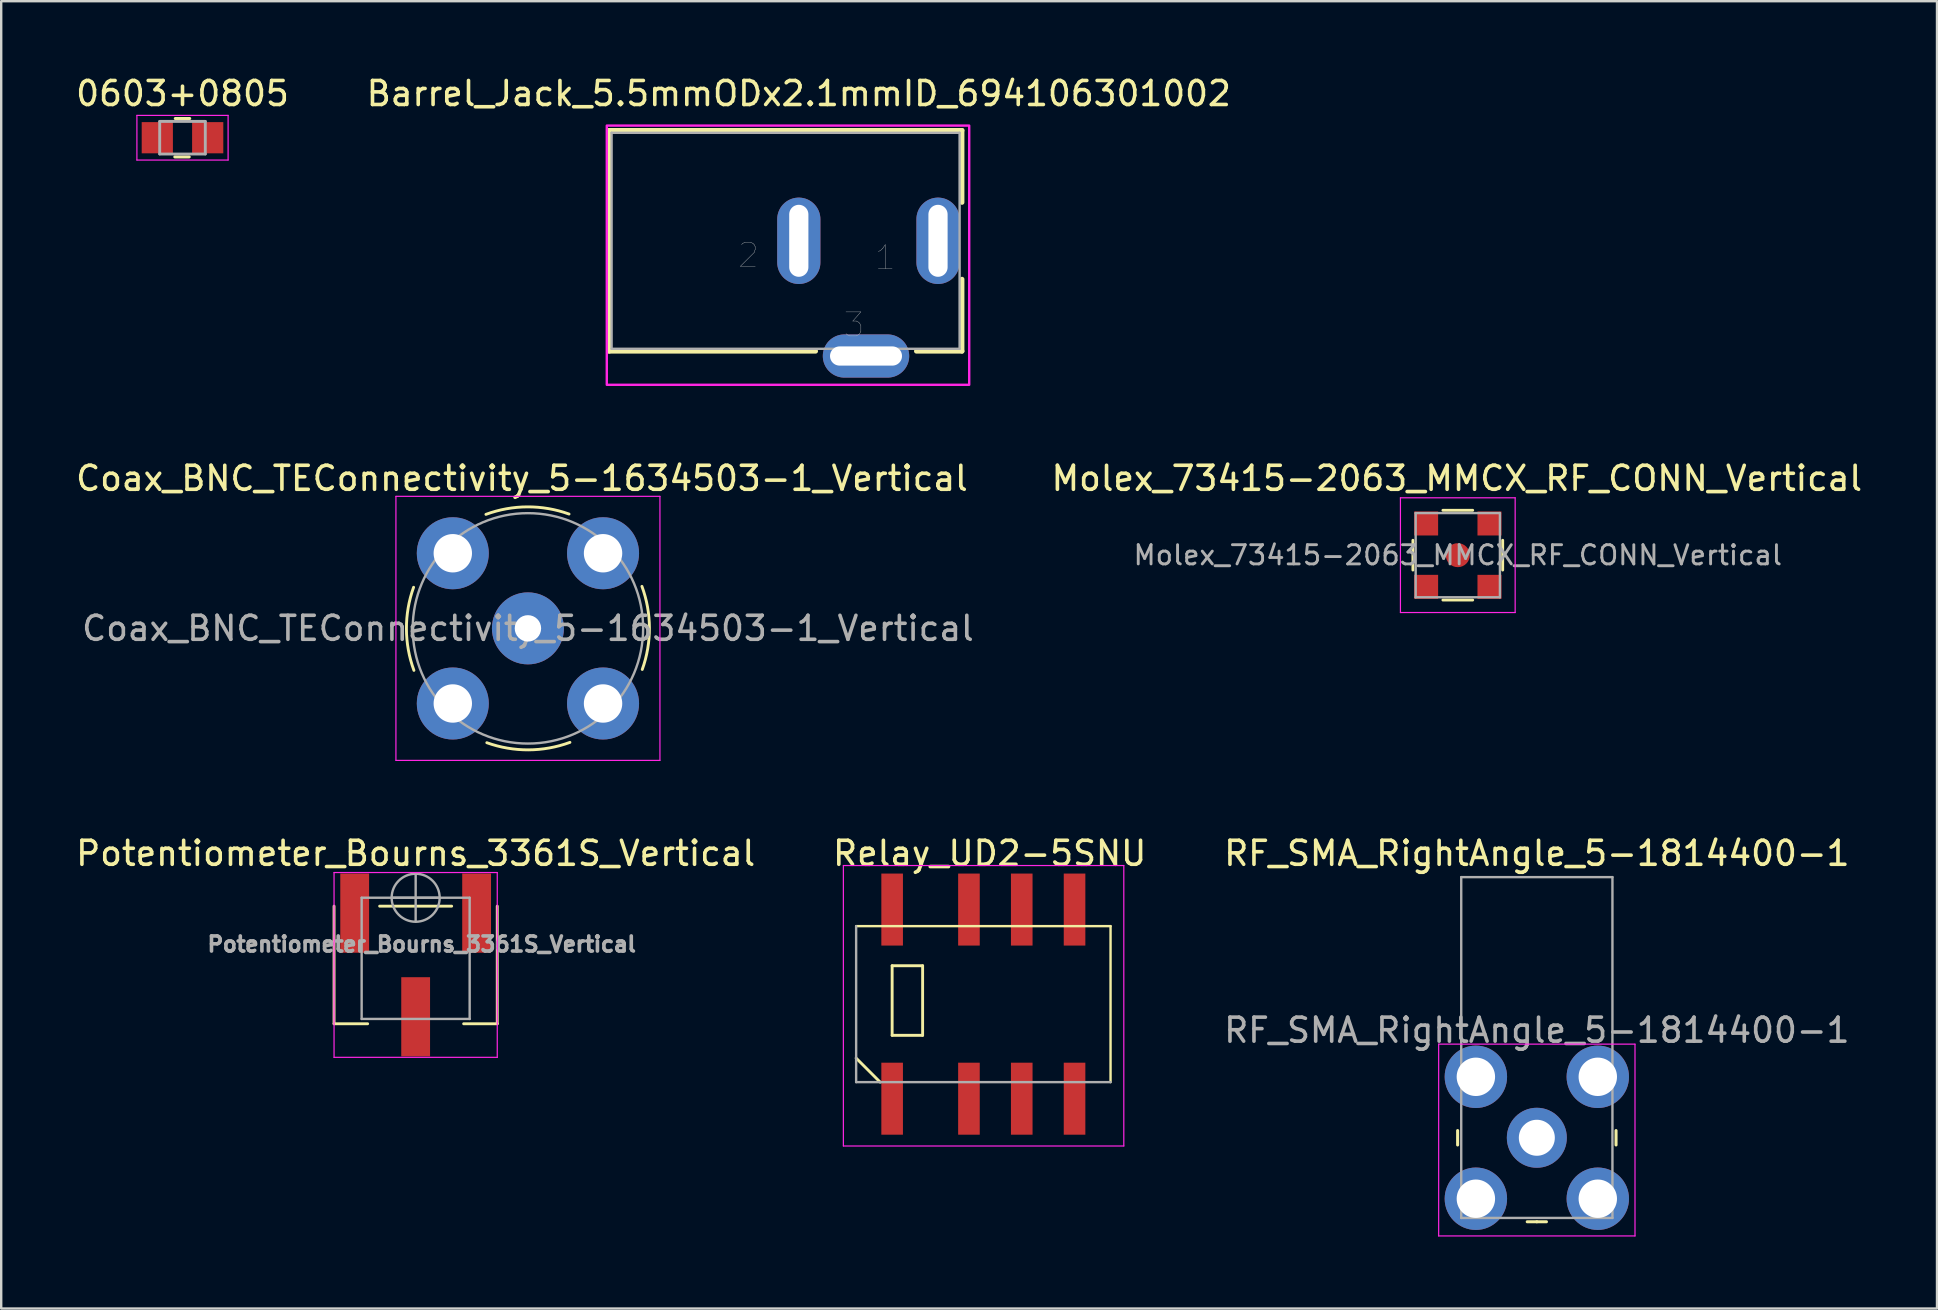
<source format=kicad_pcb>
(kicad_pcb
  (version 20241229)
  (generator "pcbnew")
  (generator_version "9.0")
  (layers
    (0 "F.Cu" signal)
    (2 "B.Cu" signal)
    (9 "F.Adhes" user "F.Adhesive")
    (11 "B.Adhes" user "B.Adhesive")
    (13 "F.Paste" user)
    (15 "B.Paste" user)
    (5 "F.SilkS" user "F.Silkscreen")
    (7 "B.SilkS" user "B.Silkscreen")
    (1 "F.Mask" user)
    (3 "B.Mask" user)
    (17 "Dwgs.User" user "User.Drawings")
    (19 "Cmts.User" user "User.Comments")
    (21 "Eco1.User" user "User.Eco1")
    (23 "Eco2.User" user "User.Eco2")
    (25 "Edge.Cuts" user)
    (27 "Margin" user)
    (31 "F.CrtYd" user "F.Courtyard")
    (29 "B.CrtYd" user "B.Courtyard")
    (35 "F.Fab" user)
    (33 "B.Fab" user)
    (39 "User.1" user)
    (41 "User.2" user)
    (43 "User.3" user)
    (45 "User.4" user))
  (footprint "Potentiometer_Bourns_3361S_Vertical"
    (layer "F.Cu")
    (at 14.268 37.155)
    (property "Reference" "Potentiometer_Bourns_3361S_Vertical" (at 0 -4.65 0) (layer "F.SilkS") (effects (font (size 1 1) (thickness 0.15))))
    (attr smd)
    (fp_line (start -3.4 -2.45) (end -3.4 2.45) (stroke (width 0.12) (type solid)) (layer "F.SilkS"))
    (fp_line (start -3.4 2.45) (end -2 2.45) (stroke (width 0.12) (type solid)) (layer "F.SilkS"))
    (fp_line (start -1.5 -2.45) (end 1.5 -2.45) (stroke (width 0.12) (type solid)) (layer "F.SilkS"))
    (fp_line (start 3.4 2.45) (end 2 2.45) (stroke (width 0.12) (type solid)) (layer "F.SilkS"))
    (fp_line (start 3.4 2.45) (end 3.4 -2.45) (stroke (width 0.12) (type solid)) (layer "F.SilkS"))
    (fp_line (start -3.4 -3.85) (end -3.4 3.85) (stroke (width 0.05) (type solid)) (layer "F.CrtYd"))
    (fp_line (start -3.4 3.85) (end 3.4 3.85) (stroke (width 0.05) (type solid)) (layer "F.CrtYd"))
    (fp_line (start 3.4 -3.85) (end -3.4 -3.85) (stroke (width 0.05) (type solid)) (layer "F.CrtYd"))
    (fp_line (start 3.4 3.85) (end 3.4 -3.85) (stroke (width 0.05) (type solid)) (layer "F.CrtYd"))
    (fp_line (start -2.25 -2.8) (end -2.25 2.25) (stroke (width 0.1) (type solid)) (layer "F.Fab"))
    (fp_line (start -2.25 2.25) (end 2.25 2.25) (stroke (width 0.1) (type solid)) (layer "F.Fab"))
    (fp_line (start -1 -2.8) (end 1 -2.8) (stroke (width 0.1) (type solid)) (layer "F.Fab"))
    (fp_line (start 0 -1.81) (end 0.001 -3.789) (stroke (width 0.1) (type solid)) (layer "F.Fab"))
    (fp_line (start 2.25 -2.8) (end -2.25 -2.8) (stroke (width 0.1) (type solid)) (layer "F.Fab"))
    (fp_line (start 2.25 2.25) (end 2.25 -2.8) (stroke (width 0.1) (type solid)) (layer "F.Fab"))
    (fp_circle (center 0 -2.8) (end 1 -2.8) (stroke (width 0.1) (type solid)) (fill no) (layer "F.Fab"))
    (fp_text user "${REFERENCE}" (at 0.254 -0.864 0) (layer "F.Fab") (effects (font (size 0.63 0.63) (thickness 0.15))))
    (pad "1" smd rect (at 2.54 -2.16) (size 1.2 3.3) (layers "F.Cu" "F.Mask" "F.Paste"))
    (pad "2" smd rect (at 0 2.16) (size 1.2 3.3) (layers "F.Cu" "F.Mask" "F.Paste"))
    (pad "3" smd rect (at -2.54 -2.16) (size 1.2 3.3) (layers "F.Cu" "F.Mask" "F.Paste")))
  (footprint "Barrel_Jack_5.5mmODx2.1mmID_694106301002"
    (layer "F.Cu")
    (at 30.232 6.983)
    (property "Reference" "Barrel_Jack_5.5mmODx2.1mmID_694106301002" (at 0 -6.135 0) (layer "F.SilkS") (effects (font (size 1 1) (thickness 0.15))))
    (attr through_hole)
    (fp_line (start -7.9 -4.6) (end -7.9 4.6) (stroke (width 0.2) (type solid)) (layer "F.SilkS"))
    (fp_line (start 0.7 4.6) (end -7.9 4.6) (stroke (width 0.2) (type solid)) (layer "F.SilkS"))
    (fp_line (start 6.8 -4.6) (end -7.9 -4.6) (stroke (width 0.2) (type solid)) (layer "F.SilkS"))
    (fp_line (start 6.8 -4.6) (end 6.8 -1.6) (stroke (width 0.2) (type solid)) (layer "F.SilkS"))
    (fp_line (start 6.8 1.6) (end 6.8 4.6) (stroke (width 0.2) (type solid)) (layer "F.SilkS"))
    (fp_line (start 6.8 4.6) (end 4.9 4.6) (stroke (width 0.2) (type solid)) (layer "F.SilkS"))
    (fp_poly (pts (xy 7.1 6) (xy -8 6) (xy -8 -4.8) (xy 7.1 -4.8)) (stroke (width 0.1) (type solid)) (fill no) (layer "F.CrtYd"))
    (fp_line (start -7.8 -4.5) (end 6.7 -4.5) (stroke (width 0.1) (type solid)) (layer "F.Fab"))
    (fp_line (start -7.8 4.5) (end -7.8 -4.5) (stroke (width 0.1) (type solid)) (layer "F.Fab"))
    (fp_line (start 6.7 -4.5) (end 6.7 4.5) (stroke (width 0.1) (type solid)) (layer "F.Fab"))
    (fp_line (start 6.7 4.5) (end -7.8 4.5) (stroke (width 0.1) (type solid)) (layer "F.Fab"))
    (fp_text user "1" (at 3.6 0.7 0) (layer "Dwgs.User") (effects (font (size 1 1) (thickness 0.015))))
    (fp_text user "2" (at -2.1 0.6 0) (layer "Dwgs.User") (effects (font (size 1 1) (thickness 0.015))))
    (fp_text user "3" (at 2.3 3.5 0) (layer "Dwgs.User") (effects (font (size 1 1) (thickness 0.015))))
    (pad "1" thru_hole oval (at 5.8 0) (size 1.8 3.6) (drill oval 0.8 3) (layers "*.Cu" "*.Mask"))
    (pad "2" thru_hole oval (at 0 0) (size 1.8 3.6) (drill oval 0.8 3) (layers "*.Cu" "*.Mask"))
    (pad "3" thru_hole oval (at 2.8 4.8) (size 3.6 1.8) (drill oval 3 0.8) (layers "*.Cu" "*.Mask")))
  (footprint "RF_SMA_RightAngle_5-1814400-1"
    (layer "F.Cu")
    (at 60.982 44.355)
    (property "Reference" "RF_SMA_RightAngle_5-1814400-1" (at 0 -11.85 0) (layer "F.SilkS") (effects (font (size 1 1) (thickness 0.15))))
    (attr through_hole)
    (fp_line (start -3.3 0.3) (end -3.3 -0.3) (stroke (width 0.127) (type solid)) (layer "F.SilkS"))
    (fp_line (start 0 3.5) (end -0.4 3.5) (stroke (width 0.127) (type solid)) (layer "F.SilkS"))
    (fp_line (start 0 3.5) (end 0.4 3.5) (stroke (width 0.127) (type solid)) (layer "F.SilkS"))
    (fp_line (start 3.3 0.3) (end 3.3 -0.3) (stroke (width 0.127) (type solid)) (layer "F.SilkS"))
    (fp_line (start -4.09 -3.9) (end -4.09 4.09) (stroke (width 0.05) (type solid)) (layer "F.CrtYd"))
    (fp_line (start 4.09 -3.9) (end -4.09 -3.9) (stroke (width 0.05) (type solid)) (layer "F.CrtYd"))
    (fp_line (start 4.09 -3.9) (end 4.09 4.09) (stroke (width 0.05) (type solid)) (layer "F.CrtYd"))
    (fp_line (start 4.09 4.09) (end -4.09 4.09) (stroke (width 0.05) (type solid)) (layer "F.CrtYd"))
    (fp_line (start -3.15 -10.86) (end -3.15 3.34) (stroke (width 0.1) (type solid)) (layer "F.Fab"))
    (fp_line (start -3.15 -10.86) (end 3.15 -10.86) (stroke (width 0.1) (type solid)) (layer "F.Fab"))
    (fp_line (start -3.15 3.34) (end 3.15 3.34) (stroke (width 0.1) (type solid)) (layer "F.Fab"))
    (fp_line (start 3.15 -10.86) (end 3.15 3.34) (stroke (width 0.1) (type solid)) (layer "F.Fab"))
    (fp_text user "${REFERENCE}" (at 0 -4.48 0) (layer "F.Fab") (effects (font (size 1 1) (thickness 0.15))))
    (pad "1" thru_hole circle (at 0 0) (size 2.5 2.5) (drill 1.5) (layers "*.Cu" "*.Mask"))
    (pad "2" thru_hole circle (at -2.54 -2.54) (size 2.6 2.6) (drill 1.6) (layers "*.Cu" "*.Mask"))
    (pad "2" thru_hole circle (at -2.54 2.54) (size 2.6 2.6) (drill 1.6) (layers "*.Cu" "*.Mask"))
    (pad "2" thru_hole circle (at 2.54 -2.54) (size 2.6 2.6) (drill 1.6) (layers "*.Cu" "*.Mask"))
    (pad "2" thru_hole circle (at 2.54 2.54) (size 2.6 2.6) (drill 1.6) (layers "*.Cu" "*.Mask")))
  (footprint "Molex_73415-2063_MMCX_RF_CONN_Vertical"
    (layer "F.Cu")
    (at 57.689 20.081)
    (property "Reference" "Molex_73415-2063_MMCX_RF_CONN_Vertical" (at -0.04 -3.2 0) (layer "F.SilkS") (effects (font (size 1 1) (thickness 0.15))))
    (attr smd)
    (fp_line (start -1.87 0.62) (end -1.87 -0.62) (stroke (width 0.12) (type solid)) (layer "F.SilkS"))
    (fp_line (start 0.62 -1.87) (end -0.62 -1.87) (stroke (width 0.12) (type solid)) (layer "F.SilkS"))
    (fp_line (start 0.62 1.87) (end -0.62 1.87) (stroke (width 0.12) (type solid)) (layer "F.SilkS"))
    (fp_line (start 1.87 0.62) (end 1.87 -0.62) (stroke (width 0.12) (type solid)) (layer "F.SilkS"))
    (fp_line (start -2.39 -2.39) (end 2.39 -2.39) (stroke (width 0.05) (type solid)) (layer "F.CrtYd"))
    (fp_line (start -2.39 2.39) (end -2.39 -2.39) (stroke (width 0.05) (type solid)) (layer "F.CrtYd"))
    (fp_line (start -2.39 2.39) (end 2.39 2.39) (stroke (width 0.05) (type solid)) (layer "F.CrtYd"))
    (fp_line (start 2.39 2.39) (end 2.39 -2.39) (stroke (width 0.05) (type solid)) (layer "F.CrtYd"))
    (fp_line (start -1.755 -1.755) (end -1.755 1.755) (stroke (width 0.1) (type solid)) (layer "F.Fab"))
    (fp_line (start -1.755 -1.755) (end 1.755 -1.755) (stroke (width 0.1) (type solid)) (layer "F.Fab"))
    (fp_line (start -1.755 1.755) (end 1.755 1.755) (stroke (width 0.1) (type solid)) (layer "F.Fab"))
    (fp_line (start 1.755 -1.755) (end 1.755 1.755) (stroke (width 0.1) (type solid)) (layer "F.Fab"))
    (fp_text user "${REFERENCE}" (at 0 0 0) (layer "F.Fab") (effects (font (size 0.8 0.8) (thickness 0.12))))
    (pad "1" smd circle (at 0 0) (size 1 1) (layers "F.Cu" "F.Mask" "F.Paste"))
    (pad "2" smd rect (at -1.32 -1.32) (size 1 1) (layers "F.Cu" "F.Mask" "F.Paste"))
    (pad "2" smd rect (at -1.32 1.32) (size 1 1) (layers "F.Cu" "F.Mask" "F.Paste"))
    (pad "2" smd rect (at 1.32 -1.32) (size 1 1) (layers "F.Cu" "F.Mask" "F.Paste"))
    (pad "2" smd rect (at 1.32 1.32) (size 1 1) (layers "F.Cu" "F.Mask" "F.Paste")))
  (footprint "Relay_UD2-5SNU"
    (layer "F.Cu")
    (at 34.121 42.157)
    (property "Reference" "Relay_UD2-5SNU" (at 4.064 -9.652 0) (layer "F.SilkS") (effects (font (size 1 1) (thickness 0.15))))
    (attr smd)
    (fp_line (start -1.5 -1.12) (end -0.5 -0.12) (stroke (width 0.12) (type solid)) (layer "F.SilkS"))
    (fp_line (start 0 -4.97) (end 0 -2.07) (stroke (width 0.12) (type solid)) (layer "F.SilkS"))
    (fp_line (start 0 -2.07) (end 1.27 -2.07) (stroke (width 0.12) (type solid)) (layer "F.SilkS"))
    (fp_line (start 1.27 -4.97) (end 0 -4.97) (stroke (width 0.12) (type solid)) (layer "F.SilkS"))
    (fp_line (start 1.27 -2.07) (end 1.27 -4.97) (stroke (width 0.12) (type solid)) (layer "F.SilkS"))
    (fp_line (start 9.1 -6.62) (end -1.5 -6.62) (stroke (width 0.1) (type solid)) (layer "F.SilkS"))
    (fp_line (start 9.1 -6.62) (end 9.1 -0.12) (stroke (width 0.1) (type solid)) (layer "F.SilkS"))
    (fp_line (start -2.032 -9.144) (end -2.032 2.54) (stroke (width 0.05) (type solid)) (layer "F.CrtYd"))
    (fp_line (start -2.032 -9.144) (end 9.652 -9.144) (stroke (width 0.05) (type solid)) (layer "F.CrtYd"))
    (fp_line (start -2.032 2.54) (end 9.652 2.54) (stroke (width 0.05) (type solid)) (layer "F.CrtYd"))
    (fp_line (start 9.652 2.54) (end 9.652 -9.144) (stroke (width 0.05) (type solid)) (layer "F.CrtYd"))
    (fp_line (start -1.5 -0.12) (end -1.5 -6.62) (stroke (width 0.1) (type solid)) (layer "F.Fab"))
    (fp_line (start -1.5 -0.12) (end 9.1 -0.12) (stroke (width 0.1) (type solid)) (layer "F.Fab"))
    (pad "1" smd rect (at 0 0) (size 0.9 3) (drill (offset 0 0.57)) (layers "F.Cu" "F.Mask" "F.Paste"))
    (pad "2" smd rect (at 3.2 0) (size 0.9 3) (drill (offset 0 0.57)) (layers "F.Cu" "F.Mask" "F.Paste"))
    (pad "3" smd rect (at 5.4 0) (size 0.9 3) (drill (offset 0 0.57)) (layers "F.Cu" "F.Mask" "F.Paste"))
    (pad "4" smd rect (at 7.6 0) (size 0.9 3) (drill (offset 0 0.57)) (layers "F.Cu" "F.Mask" "F.Paste"))
    (pad "5" smd rect (at 7.6 -6.74) (size 0.9 3) (drill (offset 0 -0.57)) (layers "F.Cu" "F.Mask" "F.Paste"))
    (pad "6" smd rect (at 5.4 -6.74) (size 0.9 3) (drill (offset 0 -0.57)) (layers "F.Cu" "F.Mask" "F.Paste"))
    (pad "7" smd rect (at 3.2 -6.74) (size 0.9 3) (drill (offset 0 -0.57)) (layers "F.Cu" "F.Mask" "F.Paste"))
    (pad "8" smd rect (at 0 -6.74) (size 0.9 3) (drill (offset 0 -0.57)) (layers "F.Cu" "F.Mask" "F.Paste")))
  (footprint "Coax_BNC_TEConnectivity_5-1634503-1_Vertical"
    (layer "F.Cu")
    (at 18.946 23.131)
    (property "Reference" "Coax_BNC_TEConnectivity_5-1634503-1_Vertical" (at -0.25 -6.25 0) (layer "F.SilkS") (effects (font (size 1 1) (thickness 0.15))))
    (attr through_hole)
    (fp_arc (start -4.75 1.75) (mid -5.062075 0.019867) (end -4.763589 -1.712663) (stroke (width 0.12) (type solid)) (layer "F.SilkS"))
    (fp_arc (start -1.75 -4.75) (mid -0.019867 -5.062075) (end 1.712663 -4.763589) (stroke (width 0.12) (type solid)) (layer "F.SilkS"))
    (fp_arc (start 1.75 4.75) (mid 0.019867 5.062075) (end -1.712663 4.763589) (stroke (width 0.12) (type solid)) (layer "F.SilkS"))
    (fp_arc (start 4.75 -1.75) (mid 5.062075 -0.019867) (end 4.763589 1.712663) (stroke (width 0.12) (type solid)) (layer "F.SilkS"))
    (fp_line (start -5.5 -5.5) (end 5.5 -5.5) (stroke (width 0.05) (type solid)) (layer "F.CrtYd"))
    (fp_line (start -5.5 5.5) (end -5.5 -5.5) (stroke (width 0.05) (type solid)) (layer "F.CrtYd"))
    (fp_line (start 5.5 -5.5) (end 5.5 5.5) (stroke (width 0.05) (type solid)) (layer "F.CrtYd"))
    (fp_line (start 5.5 5.5) (end -5.5 5.5) (stroke (width 0.05) (type solid)) (layer "F.CrtYd"))
    (fp_circle (center 0 0) (end 4.8 0) (stroke (width 0.1) (type solid)) (fill no) (layer "F.Fab"))
    (fp_text user "${REFERENCE}" (at 0 0 0) (layer "F.Fab") (effects (font (size 1 1) (thickness 0.15))))
    (pad "1" thru_hole circle (at -3.13 -3.13) (size 3 3) (drill 1.6) (layers "*.Cu" "*.Mask"))
    (pad "1" thru_hole circle (at -3.13 3.13) (size 3 3) (drill 1.6) (layers "*.Cu" "*.Mask"))
    (pad "1" thru_hole circle (at 3.13 -3.13) (size 3 3) (drill 1.6) (layers "*.Cu" "*.Mask"))
    (pad "1" thru_hole circle (at 3.13 3.13) (size 3 3) (drill 1.6) (layers "*.Cu" "*.Mask"))
    (pad "2" thru_hole circle (at 0 0) (size 3 3) (drill 1.1) (layers "*.Cu" "*.Mask")))
  (footprint "0603+0805"
    (layer "F.Cu")
    (at 4.554 2.688)
    (property "Reference" "0603+0805" (at 0 -1.84 0) (layer "F.SilkS") (effects (font (size 1 1) (thickness 0.15))))
    (attr smd)
    (fp_line (start -0.32 0.8) (end 0.28 0.8) (stroke (width 0.127) (type solid)) (layer "F.SilkS"))
    (fp_line (start -0.3 -0.8) (end 0.3 -0.8) (stroke (width 0.127) (type solid)) (layer "F.SilkS"))
    (fp_line (start -1.9 -0.93) (end 1.9 -0.93) (stroke (width 0.05) (type solid)) (layer "F.CrtYd"))
    (fp_line (start -1.9 0.93) (end -1.9 -0.93) (stroke (width 0.05) (type solid)) (layer "F.CrtYd"))
    (fp_line (start -1.9 0.93) (end 1.9 0.93) (stroke (width 0.05) (type solid)) (layer "F.CrtYd"))
    (fp_line (start 1.9 0.93) (end 1.9 -0.93) (stroke (width 0.05) (type solid)) (layer "F.CrtYd"))
    (fp_line (start -0.95 -0.68) (end 0.95 -0.68) (stroke (width 0.12) (type solid)) (layer "F.Fab"))
    (fp_line (start -0.95 -0.675) (end -0.95 0.675) (stroke (width 0.12) (type solid)) (layer "F.Fab"))
    (fp_line (start -0.95 0.68) (end 0.95 0.68) (stroke (width 0.12) (type solid)) (layer "F.Fab"))
    (fp_line (start 0.95 -0.675) (end 0.95 0.675) (stroke (width 0.12) (type solid)) (layer "F.Fab"))
    (pad "1" smd rect (at -1.05 0) (size 1.3 1.3) (layers "F.Cu" "F.Mask" "F.Paste"))
    (pad "2" smd rect (at 1.05 0) (size 1.3 1.3) (layers "F.Cu" "F.Mask" "F.Paste")))
  (gr_rect
    (start -3 -3)
    (end 77.655 51.47)
    (stroke (width 0.1) (type default))
    (fill no)
    (layer "Edge.Cuts")))
</source>
